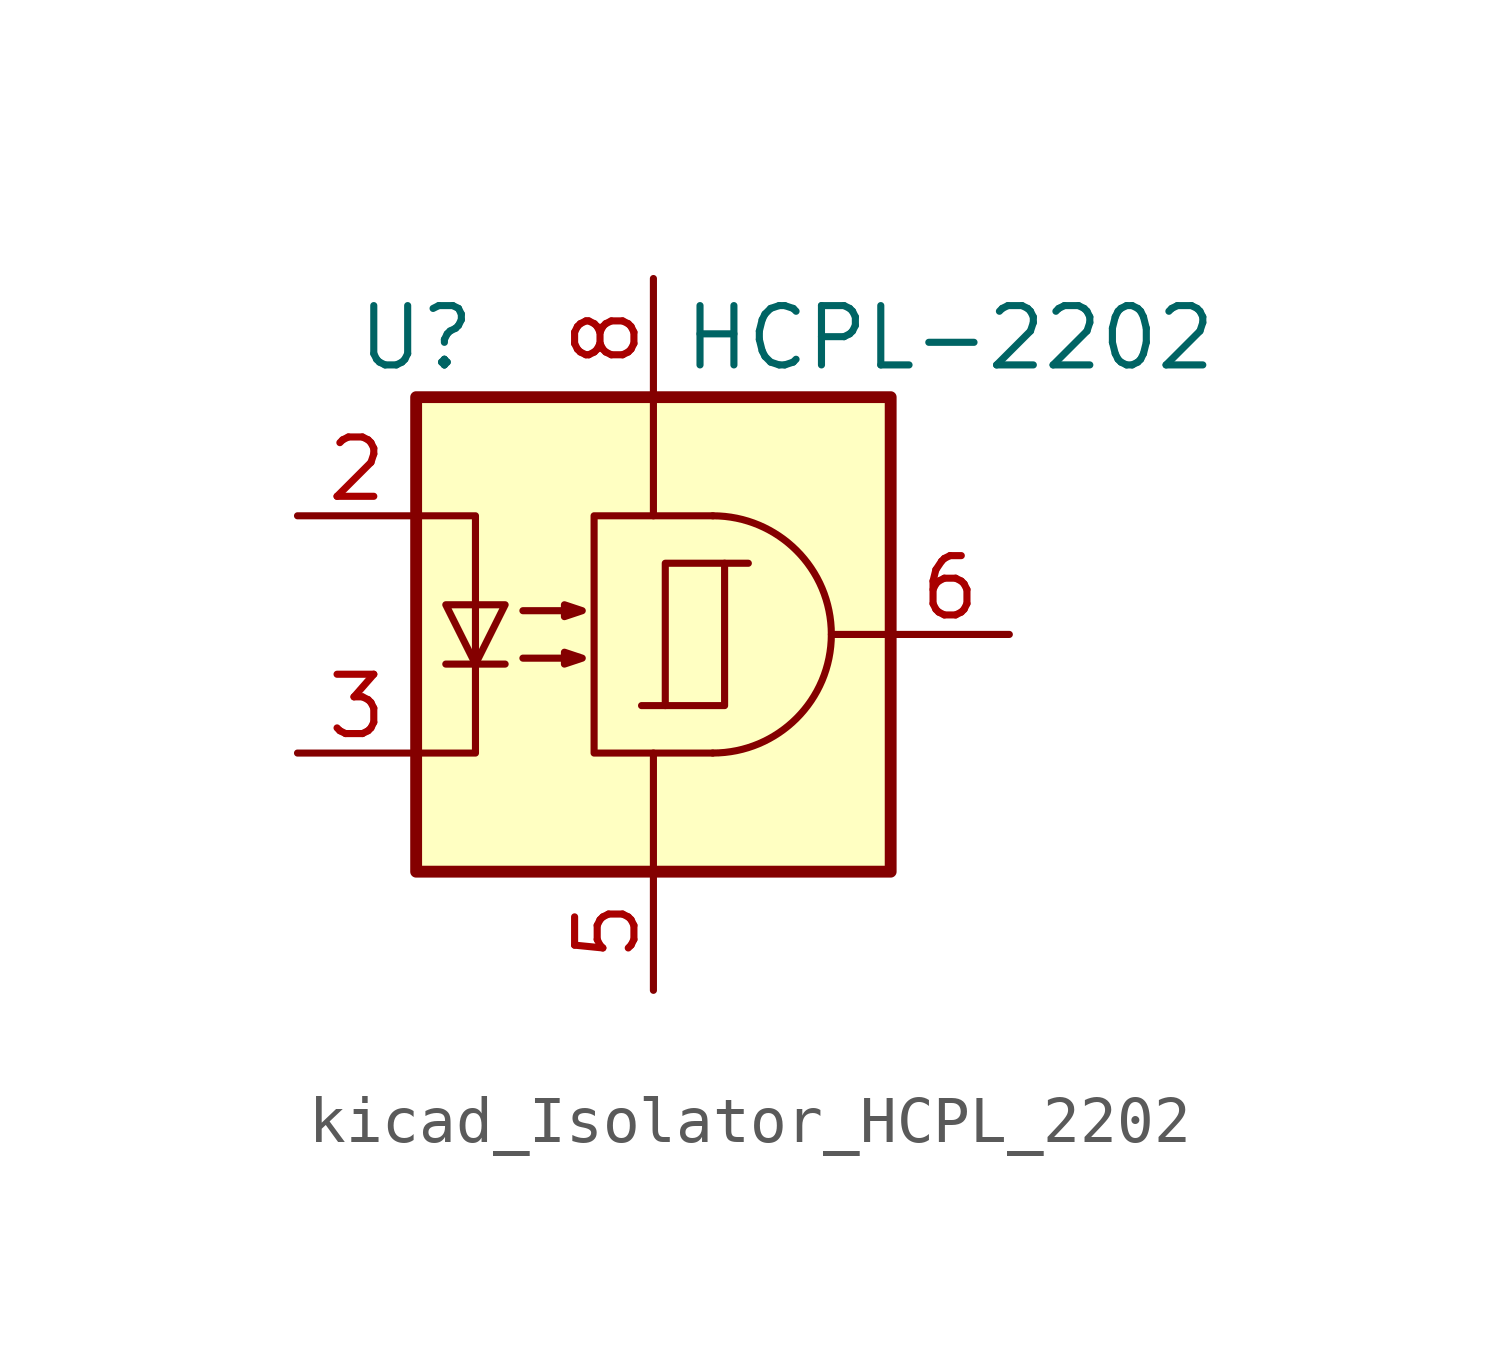
<source format=kicad_sym>
(kicad_symbol_lib
  (version 20220914)
  (generator kicad_symbol_editor)
  (symbol "kicad_Isolator_HCPL_2202"
    (property "Reference" "U"
      (at -5.08 6.35 0)
      (effects (font (size 1.27 1.27))))
    (property "Value" "HCPL-2202"
      (at 6.35 6.35 0)
      (effects (font (size 1.27 1.27))))
    (symbol "kicad_Isolator_HCPL_2202_0_1"
      (polyline (pts (xy 5.08 0) (xy 3.81 0)) (stroke (width 0) (type default)) (fill (type none))))
    (symbol "kicad_Isolator_HCPL_2202_1_1"
      (rectangle (start -5.08 5.08) (end 5.08 -5.08) (stroke (width 0.254) (type default)) (fill (type background)))
      (polyline (pts (xy -4.445 -0.635) (xy -3.175 -0.635)) (stroke (width 0) (type default)) (fill (type none)))
      (polyline (pts (xy 0 2.54) (xy 0 5.08)) (stroke (width 0) (type default)) (fill (type none)))
      (polyline (pts (xy 0.254 -1.524) (xy -0.254 -1.524)) (stroke (width 0) (type default)) (fill (type none)))
      (polyline (pts (xy 1.524 1.524) (xy 2.032 1.524)) (stroke (width 0) (type default)) (fill (type none)))
      (polyline (pts (xy 0 -2.54) (xy 0 -5.08) (xy 0 -3.81)) (stroke (width 0) (type default)) (fill (type none)))
      (polyline (pts (xy -5.08 -2.54) (xy -3.81 -2.54) (xy -3.81 2.54) (xy -5.08 2.54)) (stroke (width 0) (type default)) (fill (type none)))
      (polyline (pts (xy -3.81 -0.635) (xy -4.445 0.635) (xy -3.175 0.635) (xy -3.81 -0.635)) (stroke (width 0) (type default)) (fill (type none)))
      (polyline (pts (xy 1.27 -2.54) (xy -1.27 -2.54) (xy -1.27 2.54) (xy 1.27 2.54)) (stroke (width 0) (type default)) (fill (type none)))
      (polyline (pts (xy -2.794 -0.508) (xy -1.524 -0.508) (xy -1.905 -0.635) (xy -1.905 -0.381) (xy -1.524 -0.508)) (stroke (width 0) (type default)) (fill (type none)))
      (polyline (pts (xy -2.794 0.508) (xy -1.524 0.508) (xy -1.905 0.381) (xy -1.905 0.635) (xy -1.524 0.508)) (stroke (width 0) (type default)) (fill (type none)))
      (rectangle (start 0.254 1.524) (end 1.524 -1.524) (stroke (width 0) (type default)) (fill (type none)))
      (arc (start 1.27 -2.54) (mid 3.799 0) (end 1.27 2.54) (stroke (width 0) (type default)) (fill (type none)))
      (pin no_connect line (at -5.08 0 0) (length 2.54) hide (name "~" (effects (font (size 1.27 1.27)))) (number "1" (effects (font (size 1.27 1.27)))))
      (pin passive line (at -7.62 2.54 0) (length 2.54) (name "~" (effects (font (size 1.27 1.27)))) (number "2" (effects (font (size 1.27 1.27)))))
      (pin passive line (at -7.62 -2.54 0) (length 2.54) (name "~" (effects (font (size 1.27 1.27)))) (number "3" (effects (font (size 1.27 1.27)))))
      (pin no_connect line (at -5.08 -5.08 0) (length 2.54) hide (name "~" (effects (font (size 1.27 1.27)))) (number "4" (effects (font (size 1.27 1.27)))))
      (pin power_in line (at 0 -7.62 90) (length 2.54) (name "~" (effects (font (size 1.27 1.27)))) (number "5" (effects (font (size 1.27 1.27)))))
      (pin output line (at 7.62 0 180) (length 2.54) (name "~" (effects (font (size 1.27 1.27)))) (number "6" (effects (font (size 1.27 1.27)))))
      (pin no_connect line (at 5.08 -2.54 180) (length 2.54) hide (name "~" (effects (font (size 1.27 1.27)))) (number "7" (effects (font (size 1.27 1.27)))))
      (pin power_in line (at 0 7.62 270) (length 2.54) (name "~" (effects (font (size 1.27 1.27)))) (number "8" (effects (font (size 1.27 1.27))))))))
</source>
